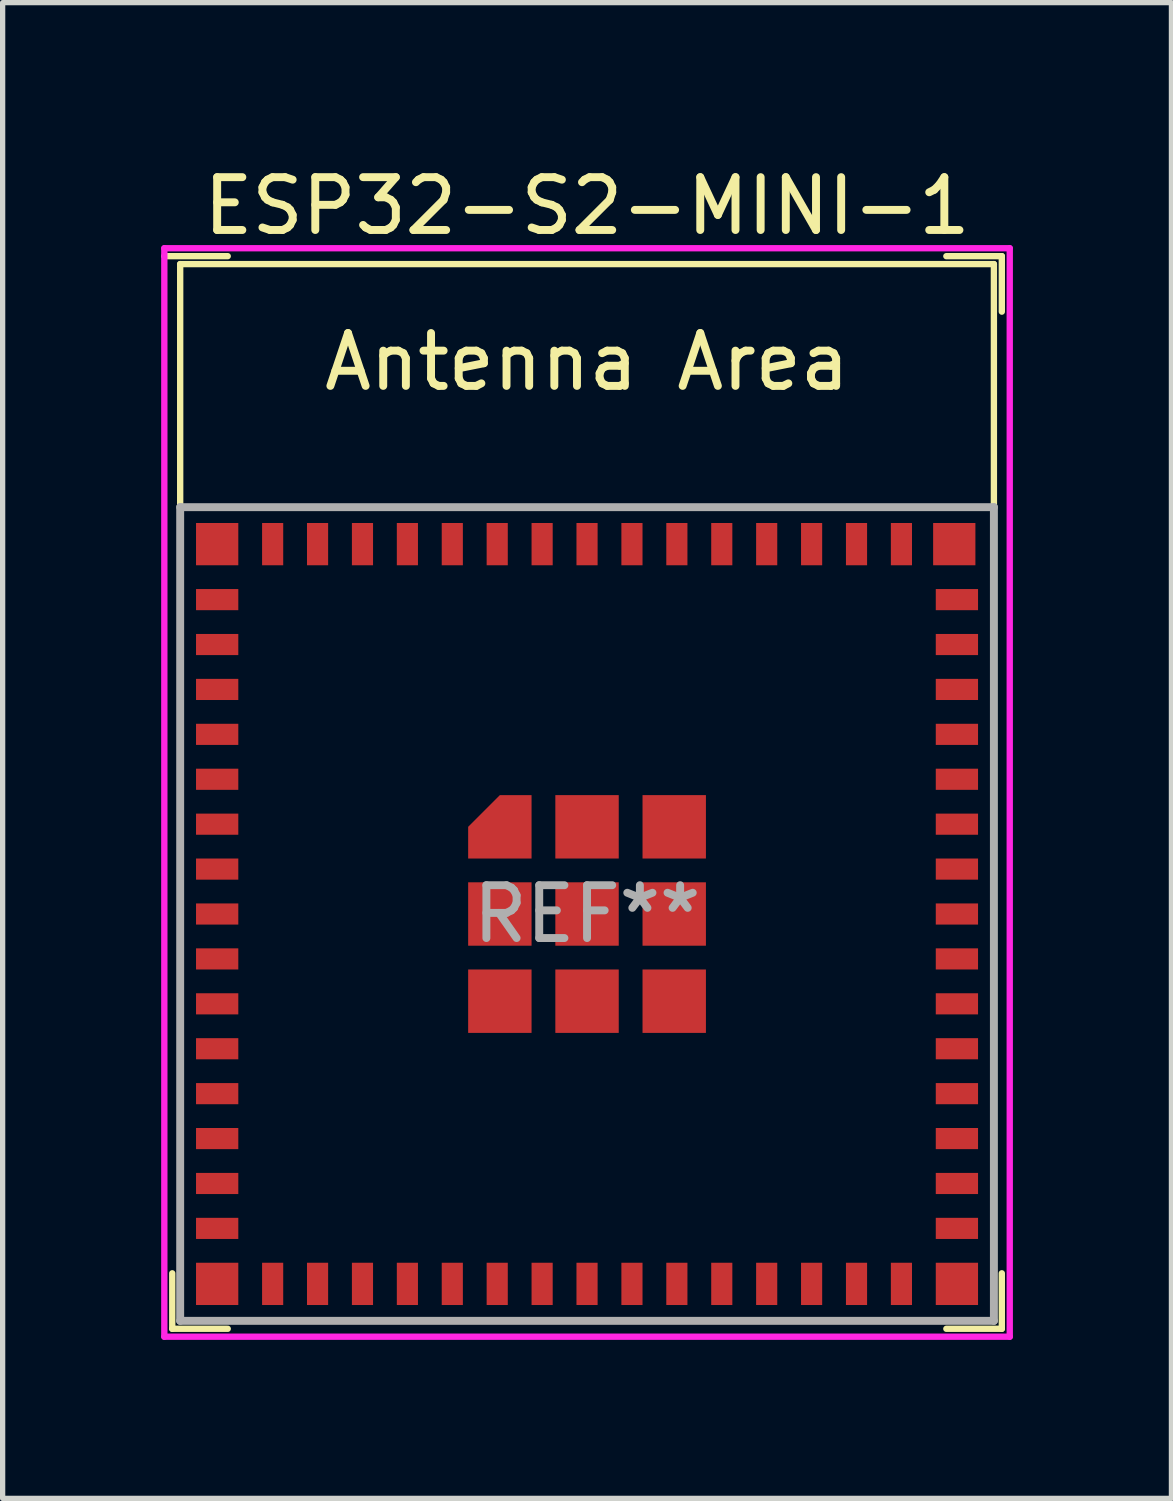
<source format=kicad_pcb>
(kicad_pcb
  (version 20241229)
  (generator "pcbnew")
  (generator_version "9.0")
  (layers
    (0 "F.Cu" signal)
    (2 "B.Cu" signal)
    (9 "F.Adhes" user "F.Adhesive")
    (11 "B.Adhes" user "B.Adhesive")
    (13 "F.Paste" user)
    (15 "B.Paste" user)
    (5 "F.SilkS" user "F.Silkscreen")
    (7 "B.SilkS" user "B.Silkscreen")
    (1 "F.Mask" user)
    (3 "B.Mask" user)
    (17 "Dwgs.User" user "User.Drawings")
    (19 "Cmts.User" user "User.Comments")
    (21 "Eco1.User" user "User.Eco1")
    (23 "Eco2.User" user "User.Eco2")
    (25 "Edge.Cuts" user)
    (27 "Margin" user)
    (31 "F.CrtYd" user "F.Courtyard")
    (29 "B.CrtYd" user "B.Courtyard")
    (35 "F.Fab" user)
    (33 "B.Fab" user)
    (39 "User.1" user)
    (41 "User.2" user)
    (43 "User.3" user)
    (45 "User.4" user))
  (footprint "ESP32-S2-MINI-1"
    (layer "F.Cu")
    (at 8.06 14.248)
    (property "Reference" "ESP32-S2-MINI-1" (at 0 -13.4 0) (layer "F.SilkS") (effects (font (size 1 1) (thickness 0.15))))
    (attr smd)
    (fp_line (start -7.85 7.85) (end -7.85 6.8) (stroke (width 0.12) (type solid)) (layer "F.SilkS"))
    (fp_line (start -7.7 -12.3) (end -7.7 -7.7) (stroke (width 0.12) (type solid)) (layer "F.SilkS"))
    (fp_line (start -7.7 -12.3) (end 7.7 -12.3) (stroke (width 0.12) (type solid)) (layer "F.SilkS"))
    (fp_line (start -7.7 7.7) (end -7.7 -7.7) (stroke (width 0.12) (type solid)) (layer "F.SilkS"))
    (fp_line (start -6.8 -12.45) (end -8 -12.45) (stroke (width 0.12) (type solid)) (layer "F.SilkS"))
    (fp_line (start -6.8 7.85) (end -7.85 7.85) (stroke (width 0.12) (type solid)) (layer "F.SilkS"))
    (fp_line (start 6.8 -12.45) (end 7.85 -12.45) (stroke (width 0.12) (type solid)) (layer "F.SilkS"))
    (fp_line (start 6.8 7.85) (end 7.85 7.85) (stroke (width 0.12) (type solid)) (layer "F.SilkS"))
    (fp_line (start 7.7 -12.3) (end 7.7 -7.7) (stroke (width 0.12) (type solid)) (layer "F.SilkS"))
    (fp_line (start 7.7 -7.7) (end 7.7 7.7) (stroke (width 0.12) (type solid)) (layer "F.SilkS"))
    (fp_line (start 7.7 7.7) (end -7.7 7.7) (stroke (width 0.12) (type solid)) (layer "F.SilkS"))
    (fp_line (start 7.85 -12.45) (end 7.85 -11.4) (stroke (width 0.12) (type solid)) (layer "F.SilkS"))
    (fp_line (start 7.85 7.85) (end 7.85 6.8) (stroke (width 0.12) (type solid)) (layer "F.SilkS"))
    (fp_line (start -8 -12.6) (end -8 8) (stroke (width 0.12) (type solid)) (layer "F.CrtYd"))
    (fp_line (start -8 8) (end 8 8) (stroke (width 0.12) (type solid)) (layer "F.CrtYd"))
    (fp_line (start 8 -12.6) (end -8 -12.6) (stroke (width 0.12) (type solid)) (layer "F.CrtYd"))
    (fp_line (start 8 8) (end 8 -12.6) (stroke (width 0.12) (type solid)) (layer "F.CrtYd"))
    (fp_line (start -7.7 -7.7) (end -7.7 7.7) (stroke (width 0.15) (type solid)) (layer "F.Fab"))
    (fp_line (start -7.7 7.7) (end 7.7 7.7) (stroke (width 0.15) (type solid)) (layer "F.Fab"))
    (fp_line (start 7.7 -7.7) (end -7.7 -7.7) (stroke (width 0.15) (type solid)) (layer "F.Fab"))
    (fp_line (start 7.7 7.7) (end 7.7 -7.7) (stroke (width 0.15) (type solid)) (layer "F.Fab"))
    (fp_text user "Antenna Area" (at 0 -10.45 0) (layer "F.SilkS") (effects (font (size 1 1) (thickness 0.15))))
    (fp_text user "REF**" (at 0 0 0) (layer "F.Fab") (effects (font (size 1 1) (thickness 0.15))))
    (pad "1" smd rect (at -7 -5.95 90) (size 0.4 0.8) (layers "F.Cu" "F.Mask" "F.Paste"))
    (pad "2" smd rect (at -7 -5.1 90) (size 0.4 0.8) (layers "F.Cu" "F.Mask" "F.Paste"))
    (pad "3" smd rect (at -7 -4.25 90) (size 0.4 0.8) (layers "F.Cu" "F.Mask" "F.Paste"))
    (pad "4" smd rect (at -7 -3.4 90) (size 0.4 0.8) (layers "F.Cu" "F.Mask" "F.Paste"))
    (pad "5" smd rect (at -7 -2.55 90) (size 0.4 0.8) (layers "F.Cu" "F.Mask" "F.Paste"))
    (pad "6" smd rect (at -7 -1.7 90) (size 0.4 0.8) (layers "F.Cu" "F.Mask" "F.Paste"))
    (pad "7" smd rect (at -7 -0.85 90) (size 0.4 0.8) (layers "F.Cu" "F.Mask" "F.Paste"))
    (pad "8" smd rect (at -7 0 90) (size 0.4 0.8) (layers "F.Cu" "F.Mask" "F.Paste"))
    (pad "9" smd rect (at -7 0.85 90) (size 0.4 0.8) (layers "F.Cu" "F.Mask" "F.Paste"))
    (pad "10" smd rect (at -7 1.7 90) (size 0.4 0.8) (layers "F.Cu" "F.Mask" "F.Paste"))
    (pad "11" smd rect (at -7 2.55 90) (size 0.4 0.8) (layers "F.Cu" "F.Mask" "F.Paste"))
    (pad "12" smd rect (at -7 3.4 90) (size 0.4 0.8) (layers "F.Cu" "F.Mask" "F.Paste"))
    (pad "13" smd rect (at -7 4.25 90) (size 0.4 0.8) (layers "F.Cu" "F.Mask" "F.Paste"))
    (pad "14" smd rect (at -7 5.1 90) (size 0.4 0.8) (layers "F.Cu" "F.Mask" "F.Paste"))
    (pad "15" smd rect (at -7 5.95 90) (size 0.4 0.8) (layers "F.Cu" "F.Mask" "F.Paste"))
    (pad "16" smd rect (at -5.95 7) (size 0.4 0.8) (layers "F.Cu" "F.Mask" "F.Paste"))
    (pad "17" smd rect (at -5.1 7) (size 0.4 0.8) (layers "F.Cu" "F.Mask" "F.Paste"))
    (pad "18" smd rect (at -4.25 7) (size 0.4 0.8) (layers "F.Cu" "F.Mask" "F.Paste"))
    (pad "19" smd rect (at -3.4 7) (size 0.4 0.8) (layers "F.Cu" "F.Mask" "F.Paste"))
    (pad "20" smd rect (at -2.55 7) (size 0.4 0.8) (layers "F.Cu" "F.Mask" "F.Paste"))
    (pad "21" smd rect (at -1.7 7) (size 0.4 0.8) (layers "F.Cu" "F.Mask" "F.Paste"))
    (pad "22" smd rect (at -0.85 7) (size 0.4 0.8) (layers "F.Cu" "F.Mask" "F.Paste"))
    (pad "23" smd rect (at 0 7) (size 0.4 0.8) (layers "F.Cu" "F.Mask" "F.Paste"))
    (pad "24" smd rect (at 0.85 7) (size 0.4 0.8) (layers "F.Cu" "F.Mask" "F.Paste"))
    (pad "25" smd rect (at 1.7 7) (size 0.4 0.8) (layers "F.Cu" "F.Mask" "F.Paste"))
    (pad "26" smd rect (at 2.55 7) (size 0.4 0.8) (layers "F.Cu" "F.Mask" "F.Paste"))
    (pad "27" smd rect (at 3.4 7) (size 0.4 0.8) (layers "F.Cu" "F.Mask" "F.Paste"))
    (pad "28" smd rect (at 4.25 7) (size 0.4 0.8) (layers "F.Cu" "F.Mask" "F.Paste"))
    (pad "29" smd rect (at 5.1 7) (size 0.4 0.8) (layers "F.Cu" "F.Mask" "F.Paste"))
    (pad "30" smd rect (at 5.95 7) (size 0.4 0.8) (layers "F.Cu" "F.Mask" "F.Paste"))
    (pad "31" smd rect (at 7 5.95 90) (size 0.4 0.8) (layers "F.Cu" "F.Mask" "F.Paste"))
    (pad "32" smd rect (at 7 5.1 90) (size 0.4 0.8) (layers "F.Cu" "F.Mask" "F.Paste"))
    (pad "33" smd rect (at 7 4.25 90) (size 0.4 0.8) (layers "F.Cu" "F.Mask" "F.Paste"))
    (pad "34" smd rect (at 7 3.4 90) (size 0.4 0.8) (layers "F.Cu" "F.Mask" "F.Paste"))
    (pad "35" smd rect (at 7 2.55 90) (size 0.4 0.8) (layers "F.Cu" "F.Mask" "F.Paste"))
    (pad "36" smd rect (at 7 1.7 90) (size 0.4 0.8) (layers "F.Cu" "F.Mask" "F.Paste"))
    (pad "37" smd rect (at 7 0.85 90) (size 0.4 0.8) (layers "F.Cu" "F.Mask" "F.Paste"))
    (pad "38" smd rect (at 7 0 90) (size 0.4 0.8) (layers "F.Cu" "F.Mask" "F.Paste"))
    (pad "39" smd rect (at 7 -0.85 90) (size 0.4 0.8) (layers "F.Cu" "F.Mask" "F.Paste"))
    (pad "40" smd rect (at 7 -1.7 90) (size 0.4 0.8) (layers "F.Cu" "F.Mask" "F.Paste"))
    (pad "41" smd rect (at 7 -2.55 90) (size 0.4 0.8) (layers "F.Cu" "F.Mask" "F.Paste"))
    (pad "42" smd rect (at 7 -3.4 90) (size 0.4 0.8) (layers "F.Cu" "F.Mask" "F.Paste"))
    (pad "43" smd rect (at 7 -4.25 90) (size 0.4 0.8) (layers "F.Cu" "F.Mask" "F.Paste"))
    (pad "44" smd rect (at 7 -5.1 90) (size 0.4 0.8) (layers "F.Cu" "F.Mask" "F.Paste"))
    (pad "45" smd rect (at 7 -5.95 90) (size 0.4 0.8) (layers "F.Cu" "F.Mask" "F.Paste"))
    (pad "46" smd rect (at -7 -7 180) (size 0.8 0.8) (layers "F.Cu" "F.Mask" "F.Paste"))
    (pad "46" smd rect (at -7 7 180) (size 0.8 0.8) (layers "F.Cu" "F.Mask" "F.Paste"))
    (pad "46" smd rect (at -5.95 -7) (size 0.4 0.8) (layers "F.Cu" "F.Mask" "F.Paste"))
    (pad "46" smd rect (at -5.1 -7) (size 0.4 0.8) (layers "F.Cu" "F.Mask" "F.Paste"))
    (pad "46" smd rect (at -4.25 -7) (size 0.4 0.8) (layers "F.Cu" "F.Mask" "F.Paste"))
    (pad "46" smd rect (at -3.4 -7) (size 0.4 0.8) (layers "F.Cu" "F.Mask" "F.Paste"))
    (pad "46" smd rect (at -2.55 -7) (size 0.4 0.8) (layers "F.Cu" "F.Mask" "F.Paste"))
    (pad "46" smd rect (at -1.7 -7) (size 0.4 0.8) (layers "F.Cu" "F.Mask" "F.Paste"))
    (pad "46" smd custom (at -1.65 -1.65) (size 0.6 0.6) (layers "F.Cu" "F.Mask" "F.Paste") (options (anchor rect)) (primitives (gr_poly (pts (xy 0.6 0.6) (xy -0.6 0.6) (xy -0.6 0) (xy 0 -0.6) (xy 0.6 -0.6)) (width 0) (fill yes))))
    (pad "46" smd rect (at -1.65 0) (size 1.2 1.2) (layers "F.Cu" "F.Mask" "F.Paste"))
    (pad "46" smd rect (at -1.65 1.65) (size 1.2 1.2) (layers "F.Cu" "F.Mask" "F.Paste"))
    (pad "46" smd rect (at -0.85 -7) (size 0.4 0.8) (layers "F.Cu" "F.Mask" "F.Paste"))
    (pad "46" smd rect (at 0 -7) (size 0.4 0.8) (layers "F.Cu" "F.Mask" "F.Paste"))
    (pad "46" smd rect (at 0 -1.65) (size 1.2 1.2) (layers "F.Cu" "F.Mask" "F.Paste"))
    (pad "46" smd rect (at 0 0) (size 1.2 1.2) (layers "F.Cu" "F.Mask" "F.Paste"))
    (pad "46" smd rect (at 0 1.65) (size 1.2 1.2) (layers "F.Cu" "F.Mask" "F.Paste"))
    (pad "46" smd rect (at 0.85 -7) (size 0.4 0.8) (layers "F.Cu" "F.Mask" "F.Paste"))
    (pad "46" smd rect (at 1.65 -1.65) (size 1.2 1.2) (layers "F.Cu" "F.Mask" "F.Paste"))
    (pad "46" smd rect (at 1.65 0) (size 1.2 1.2) (layers "F.Cu" "F.Mask" "F.Paste"))
    (pad "46" smd rect (at 1.65 1.65) (size 1.2 1.2) (layers "F.Cu" "F.Mask" "F.Paste"))
    (pad "46" smd rect (at 1.7 -7) (size 0.4 0.8) (layers "F.Cu" "F.Mask" "F.Paste"))
    (pad "46" smd rect (at 2.55 -7) (size 0.4 0.8) (layers "F.Cu" "F.Mask" "F.Paste"))
    (pad "46" smd rect (at 3.4 -7) (size 0.4 0.8) (layers "F.Cu" "F.Mask" "F.Paste"))
    (pad "46" smd rect (at 4.25 -7) (size 0.4 0.8) (layers "F.Cu" "F.Mask" "F.Paste"))
    (pad "46" smd rect (at 5.1 -7) (size 0.4 0.8) (layers "F.Cu" "F.Mask" "F.Paste"))
    (pad "46" smd rect (at 5.95 -7) (size 0.4 0.8) (layers "F.Cu" "F.Mask" "F.Paste"))
    (pad "46" smd rect (at 6.95 -7 180) (size 0.8 0.8) (layers "F.Cu" "F.Mask" "F.Paste"))
    (pad "46" smd rect (at 7 7 180) (size 0.8 0.8) (layers "F.Cu" "F.Mask" "F.Paste")))
  (gr_rect
    (start -3 -3)
    (end 19.12 25.308)
    (stroke (width 0.1) (type default))
    (fill no)
    (layer "Edge.Cuts")))
</source>
